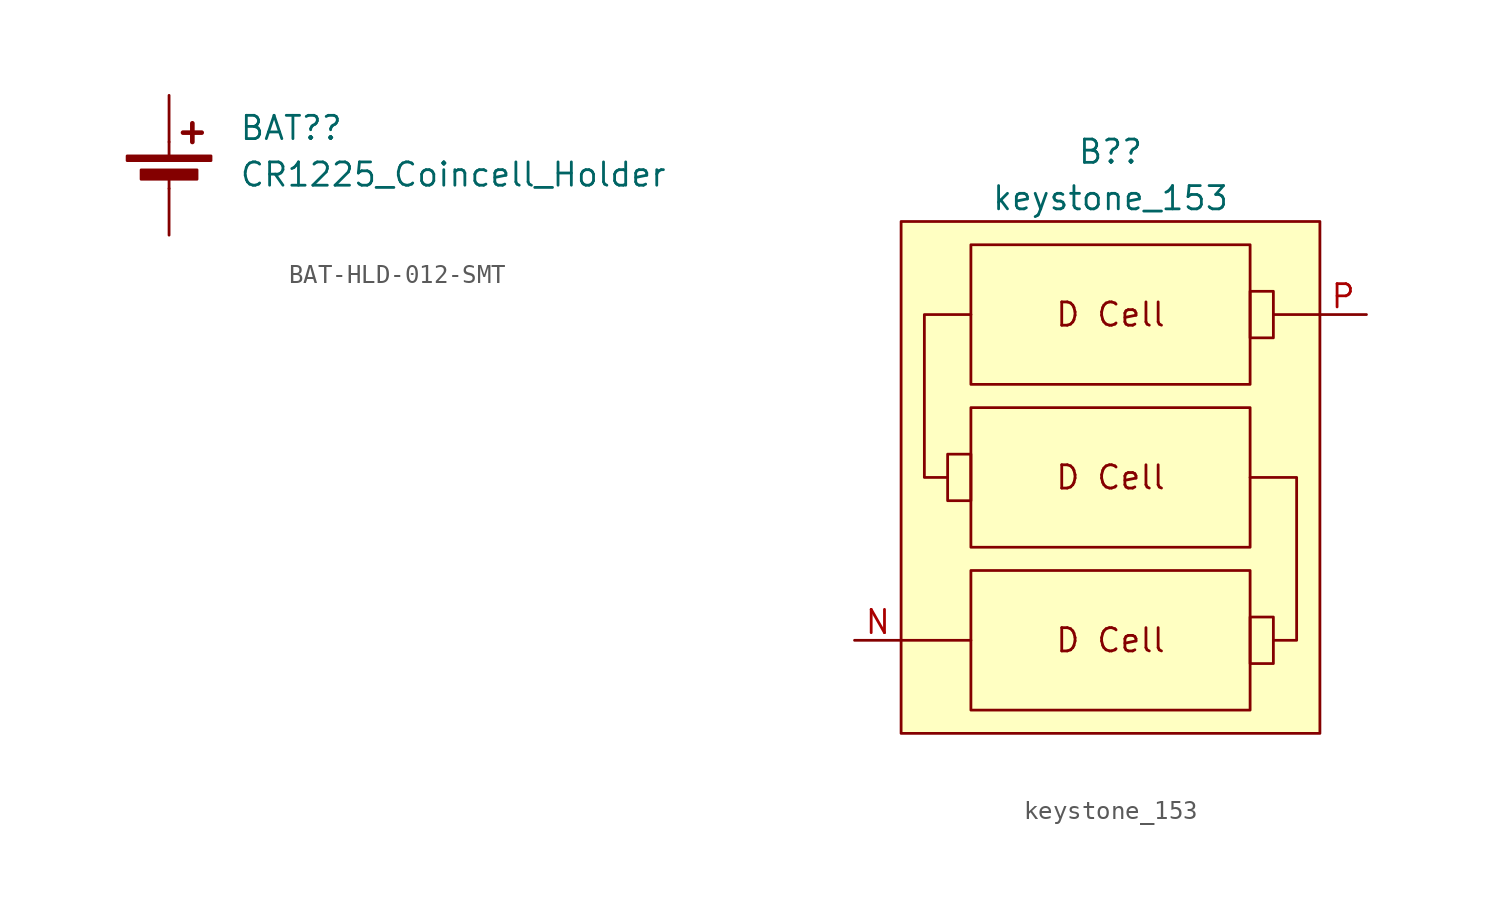
<source format=kicad_sym>
(kicad_symbol_lib
  (version 20220914)
  (generator kicad_symbol_editor)
  (symbol "BAT-HLD-012-SMT"
    (pin_numbers hide)
    (pin_names
      (offset 0) hide)
    (property "Reference" "BAT?"
      (at 3.81 3.302 0)
      (effects (font (size 1.27 1.27)) (justify left)))
    (property "Value" "CR1225_Coincell_Holder"
      (at 3.81 0.762 0)
      (effects (font (size 1.27 1.27)) (justify left)))
    (symbol "BAT-HLD-012-SMT_0_1"
      (rectangle (start -2.286 1.778) (end 2.286 1.524) (stroke (width 0) (type default)) (fill (type outline)))
      (rectangle (start -1.524 1.016) (end 1.524 0.508) (stroke (width 0) (type default)) (fill (type outline)))
      (polyline (pts (xy 0 0.762) (xy 0 0)) (stroke (width 0) (type default)) (fill (type none)))
      (polyline (pts (xy 0 1.778) (xy 0 2.54)) (stroke (width 0) (type default)) (fill (type none)))
      (polyline (pts (xy 0.762 3.048) (xy 1.778 3.048)) (stroke (width 0.254) (type default)) (fill (type none)))
      (polyline (pts (xy 1.27 3.556) (xy 1.27 2.54)) (stroke (width 0.254) (type default)) (fill (type none))))
    (symbol "BAT-HLD-012-SMT_1_1"
      (pin power_out line (at 0 5.08 270) (length 2.54) (name "+" (effects (font (size 1.27 1.27)))) (number "1" (effects (font (size 1.27 1.27)))))
      (pin passive line (at 0 -2.54 90) (length 2.54) (name "-" (effects (font (size 1.27 1.27)))) (number "2" (effects (font (size 1.27 1.27)))))))
  (symbol "keystone_153"
    (property "Reference" "B?"
      (at 0 17.78 0)
      (effects (font (size 1.27 1.27))))
    (property "Value" "keystone_153"
      (at 0 15.24 0)
      (effects (font (size 1.27 1.27))))
    (symbol "keystone_153_0_0"
      (pin passive line (at -13.97 -8.89 0) (length 2.54) (name "" (effects (font (size 1.27 1.27)))) (number "N" (effects (font (size 1.27 1.27)))))
      (pin passive line (at 13.97 8.89 180) (length 2.54) (name "" (effects (font (size 1.27 1.27)))) (number "P" (effects (font (size 1.27 1.27))))))
    (symbol "keystone_153_0_1"
      (rectangle (start -7.62 -5.08) (end 7.62 -12.7) (stroke (width 0) (type default)) (fill (type none)))
      (rectangle (start -7.62 -1.27) (end -8.89 1.27) (stroke (width 0) (type default)) (fill (type none)))
      (rectangle (start -7.62 3.81) (end 7.62 -3.81) (stroke (width 0) (type default)) (fill (type none)))
      (rectangle (start -7.62 12.7) (end 7.62 5.08) (stroke (width 0) (type default)) (fill (type none)))
      (rectangle (start 7.62 -7.62) (end 8.89 -10.16) (stroke (width 0) (type default)) (fill (type none)))
      (rectangle (start 7.62 10.16) (end 8.89 7.62) (stroke (width 0) (type default)) (fill (type none))))
    (symbol "keystone_153_1_1"
      (rectangle (start -11.43 13.97) (end 11.43 -13.97) (stroke (width 0) (type default)) (fill (type background)))
      (polyline (pts (xy -7.62 -8.89) (xy -11.43 -8.89)) (stroke (width 0) (type default)) (fill (type none)))
      (polyline (pts (xy 8.89 8.89) (xy 11.43 8.89)) (stroke (width 0) (type default)) (fill (type none)))
      (polyline (pts (xy -8.89 0) (xy -10.16 0) (xy -10.16 8.89) (xy -7.62 8.89)) (stroke (width 0) (type default)) (fill (type none)))
      (polyline (pts (xy 8.89 -8.89) (xy 10.16 -8.89) (xy 10.16 0) (xy 7.62 0)) (stroke (width 0) (type default)) (fill (type none)))
      (text "D Cell" (at 0 -8.89 0) (effects (font (size 1.27 1.27))))
      (text "D Cell" (at 0 0 0) (effects (font (size 1.27 1.27))))
      (text "D Cell" (at 0 8.89 0) (effects (font (size 1.27 1.27)))))))
</source>
